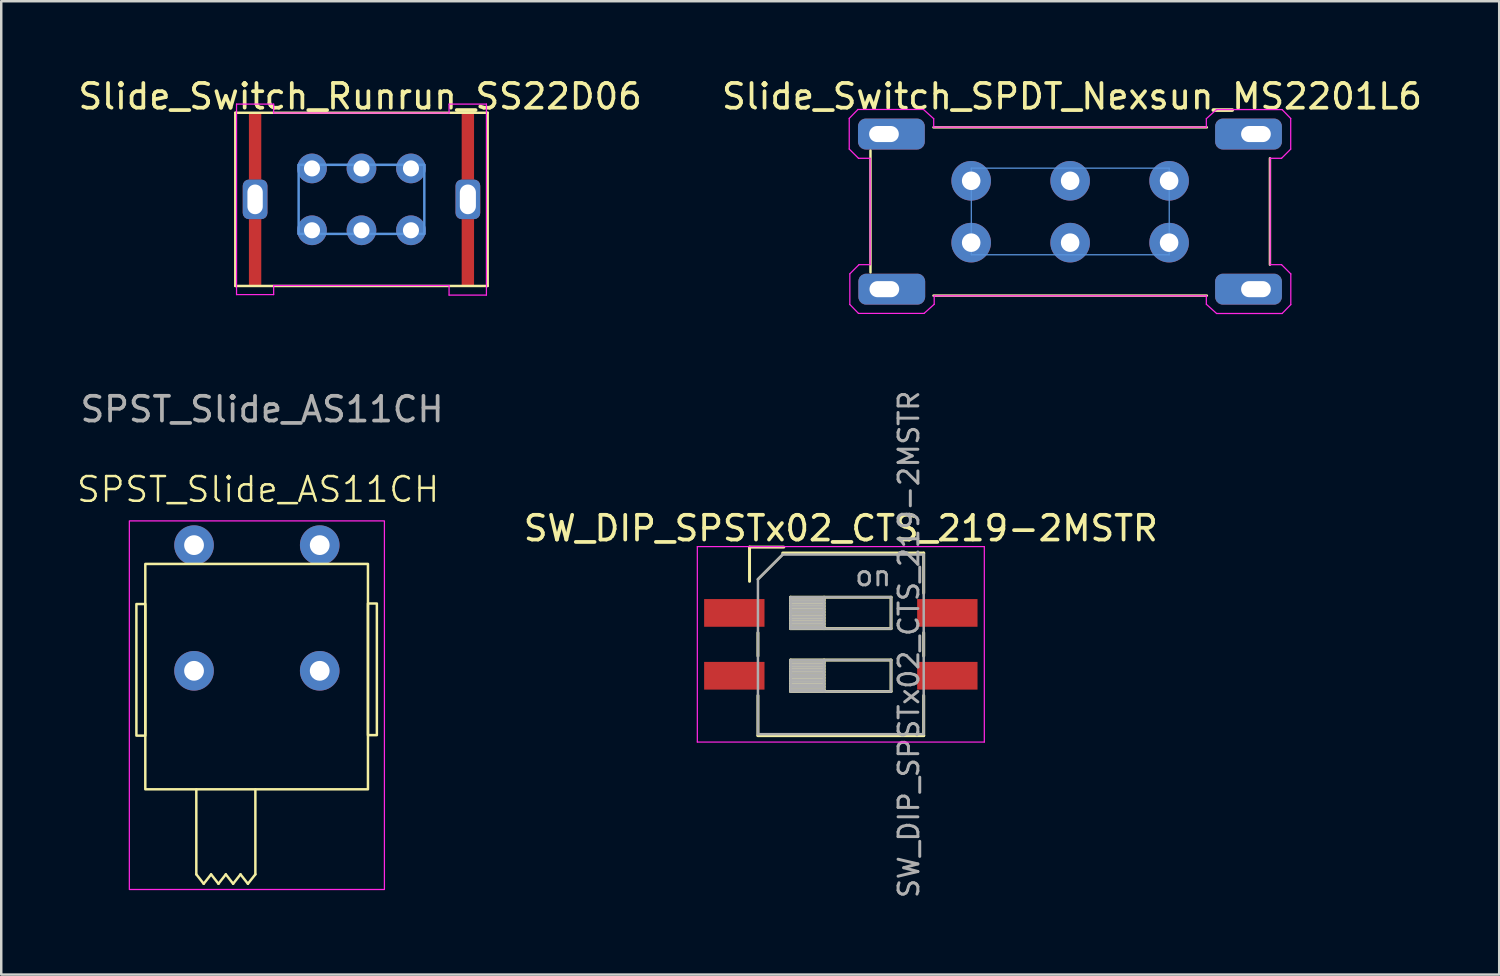
<source format=kicad_pcb>
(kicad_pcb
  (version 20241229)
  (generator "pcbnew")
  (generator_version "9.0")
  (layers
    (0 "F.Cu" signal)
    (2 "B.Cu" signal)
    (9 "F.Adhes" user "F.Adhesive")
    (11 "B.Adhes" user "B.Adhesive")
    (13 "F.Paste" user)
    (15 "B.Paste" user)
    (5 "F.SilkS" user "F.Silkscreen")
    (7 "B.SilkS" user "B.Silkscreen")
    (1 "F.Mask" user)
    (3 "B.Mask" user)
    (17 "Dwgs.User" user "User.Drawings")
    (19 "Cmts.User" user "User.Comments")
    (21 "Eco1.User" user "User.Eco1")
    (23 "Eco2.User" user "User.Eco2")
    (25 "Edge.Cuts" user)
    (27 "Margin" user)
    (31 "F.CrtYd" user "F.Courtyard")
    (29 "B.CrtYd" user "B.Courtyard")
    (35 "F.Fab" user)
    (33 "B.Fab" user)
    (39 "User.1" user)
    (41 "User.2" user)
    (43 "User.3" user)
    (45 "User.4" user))
  (footprint "SW_DIP_SPSTx02_CTS_219-2MSTR"
    (layer "F.Cu")
    (at 30.936 22.994)
    (property "Reference" "SW_DIP_SPSTx02_CTS_219-2MSTR" (at 0 -4.69 0) (layer "F.SilkS") (effects (font (size 1 1) (thickness 0.15))))
    (attr smd)
    (fp_line (start -3.69 -3.93) (end -3.69 -2.547) (stroke (width 0.12) (type solid)) (layer "F.SilkS"))
    (fp_line (start -3.69 -3.93) (end -2.306 -3.93) (stroke (width 0.12) (type solid)) (layer "F.SilkS"))
    (fp_line (start -3.35 -2.63) (end -2.35 -3.63) (stroke (width 0.1) (type solid)) (layer "F.SilkS"))
    (fp_line (start -3.35 -0.47) (end -3.35 0.47) (stroke (width 0.12) (type solid)) (layer "F.SilkS"))
    (fp_line (start -3.35 2.07) (end -3.35 3.69) (stroke (width 0.12) (type solid)) (layer "F.SilkS"))
    (fp_line (start -3.35 3.69) (end 3.35 3.69) (stroke (width 0.12) (type solid)) (layer "F.SilkS"))
    (fp_line (start -2.35 -3.69) (end 3.35 -3.69) (stroke (width 0.12) (type solid)) (layer "F.SilkS"))
    (fp_line (start -2.03 -1.905) (end -2.03 -0.635) (stroke (width 0.12) (type solid)) (layer "F.SilkS"))
    (fp_line (start -2.03 -1.785) (end -0.677 -1.785) (stroke (width 0.12) (type solid)) (layer "F.SilkS"))
    (fp_line (start -2.03 -1.665) (end -0.677 -1.665) (stroke (width 0.12) (type solid)) (layer "F.SilkS"))
    (fp_line (start -2.03 -1.545) (end -0.677 -1.545) (stroke (width 0.12) (type solid)) (layer "F.SilkS"))
    (fp_line (start -2.03 -1.425) (end -0.677 -1.425) (stroke (width 0.12) (type solid)) (layer "F.SilkS"))
    (fp_line (start -2.03 -1.305) (end -0.677 -1.305) (stroke (width 0.12) (type solid)) (layer "F.SilkS"))
    (fp_line (start -2.03 -1.185) (end -0.677 -1.185) (stroke (width 0.12) (type solid)) (layer "F.SilkS"))
    (fp_line (start -2.03 -1.065) (end -0.677 -1.065) (stroke (width 0.12) (type solid)) (layer "F.SilkS"))
    (fp_line (start -2.03 -0.945) (end -0.677 -0.945) (stroke (width 0.12) (type solid)) (layer "F.SilkS"))
    (fp_line (start -2.03 -0.825) (end -0.677 -0.825) (stroke (width 0.12) (type solid)) (layer "F.SilkS"))
    (fp_line (start -2.03 -0.705) (end -0.677 -0.705) (stroke (width 0.12) (type solid)) (layer "F.SilkS"))
    (fp_line (start -2.03 -0.635) (end 2.03 -0.635) (stroke (width 0.12) (type solid)) (layer "F.SilkS"))
    (fp_line (start -2.03 0.635) (end -2.03 1.905) (stroke (width 0.12) (type solid)) (layer "F.SilkS"))
    (fp_line (start -2.03 0.755) (end -0.677 0.755) (stroke (width 0.12) (type solid)) (layer "F.SilkS"))
    (fp_line (start -2.03 0.875) (end -0.677 0.875) (stroke (width 0.12) (type solid)) (layer "F.SilkS"))
    (fp_line (start -2.03 0.995) (end -0.677 0.995) (stroke (width 0.12) (type solid)) (layer "F.SilkS"))
    (fp_line (start -2.03 1.115) (end -0.677 1.115) (stroke (width 0.12) (type solid)) (layer "F.SilkS"))
    (fp_line (start -2.03 1.235) (end -0.677 1.235) (stroke (width 0.12) (type solid)) (layer "F.SilkS"))
    (fp_line (start -2.03 1.355) (end -0.677 1.355) (stroke (width 0.12) (type solid)) (layer "F.SilkS"))
    (fp_line (start -2.03 1.475) (end -0.677 1.475) (stroke (width 0.12) (type solid)) (layer "F.SilkS"))
    (fp_line (start -2.03 1.595) (end -0.677 1.595) (stroke (width 0.12) (type solid)) (layer "F.SilkS"))
    (fp_line (start -2.03 1.715) (end -0.677 1.715) (stroke (width 0.12) (type solid)) (layer "F.SilkS"))
    (fp_line (start -2.03 1.835) (end -0.677 1.835) (stroke (width 0.12) (type solid)) (layer "F.SilkS"))
    (fp_line (start -2.03 1.905) (end 2.03 1.905) (stroke (width 0.12) (type solid)) (layer "F.SilkS"))
    (fp_line (start -0.677 -1.905) (end -0.677 -0.635) (stroke (width 0.12) (type solid)) (layer "F.SilkS"))
    (fp_line (start -0.677 0.635) (end -0.677 1.905) (stroke (width 0.12) (type solid)) (layer "F.SilkS"))
    (fp_line (start 2.03 -1.905) (end -2.03 -1.905) (stroke (width 0.12) (type solid)) (layer "F.SilkS"))
    (fp_line (start 2.03 -0.635) (end 2.03 -1.905) (stroke (width 0.12) (type solid)) (layer "F.SilkS"))
    (fp_line (start 2.03 0.635) (end -2.03 0.635) (stroke (width 0.12) (type solid)) (layer "F.SilkS"))
    (fp_line (start 2.03 1.905) (end 2.03 0.635) (stroke (width 0.12) (type solid)) (layer "F.SilkS"))
    (fp_line (start 3.35 -3.69) (end 3.35 -2.07) (stroke (width 0.12) (type solid)) (layer "F.SilkS"))
    (fp_line (start 3.35 -0.47) (end 3.35 0.47) (stroke (width 0.12) (type solid)) (layer "F.SilkS"))
    (fp_line (start 3.35 2.07) (end 3.35 3.69) (stroke (width 0.12) (type solid)) (layer "F.SilkS"))
    (fp_line (start -5.8 -3.95) (end -5.8 3.95) (stroke (width 0.05) (type solid)) (layer "F.CrtYd"))
    (fp_line (start -5.8 3.95) (end 5.8 3.95) (stroke (width 0.05) (type solid)) (layer "F.CrtYd"))
    (fp_line (start 5.8 -3.95) (end -5.8 -3.95) (stroke (width 0.05) (type solid)) (layer "F.CrtYd"))
    (fp_line (start 5.8 3.95) (end 5.8 -3.95) (stroke (width 0.05) (type solid)) (layer "F.CrtYd"))
    (fp_line (start -3.35 -2.63) (end -2.35 -3.63) (stroke (width 0.1) (type solid)) (layer "F.Fab"))
    (fp_line (start -3.35 3.63) (end -3.35 -2.63) (stroke (width 0.1) (type solid)) (layer "F.Fab"))
    (fp_line (start -2.35 -3.63) (end 3.35 -3.63) (stroke (width 0.1) (type solid)) (layer "F.Fab"))
    (fp_line (start -2.03 -1.905) (end -2.03 -0.635) (stroke (width 0.1) (type solid)) (layer "F.Fab"))
    (fp_line (start -2.03 -1.805) (end -0.677 -1.805) (stroke (width 0.1) (type solid)) (layer "F.Fab"))
    (fp_line (start -2.03 -1.705) (end -0.677 -1.705) (stroke (width 0.1) (type solid)) (layer "F.Fab"))
    (fp_line (start -2.03 -1.605) (end -0.677 -1.605) (stroke (width 0.1) (type solid)) (layer "F.Fab"))
    (fp_line (start -2.03 -1.505) (end -0.677 -1.505) (stroke (width 0.1) (type solid)) (layer "F.Fab"))
    (fp_line (start -2.03 -1.405) (end -0.677 -1.405) (stroke (width 0.1) (type solid)) (layer "F.Fab"))
    (fp_line (start -2.03 -1.305) (end -0.677 -1.305) (stroke (width 0.1) (type solid)) (layer "F.Fab"))
    (fp_line (start -2.03 -1.205) (end -0.677 -1.205) (stroke (width 0.1) (type solid)) (layer "F.Fab"))
    (fp_line (start -2.03 -1.105) (end -0.677 -1.105) (stroke (width 0.1) (type solid)) (layer "F.Fab"))
    (fp_line (start -2.03 -1.005) (end -0.677 -1.005) (stroke (width 0.1) (type solid)) (layer "F.Fab"))
    (fp_line (start -2.03 -0.905) (end -0.677 -0.905) (stroke (width 0.1) (type solid)) (layer "F.Fab"))
    (fp_line (start -2.03 -0.805) (end -0.677 -0.805) (stroke (width 0.1) (type solid)) (layer "F.Fab"))
    (fp_line (start -2.03 -0.705) (end -0.677 -0.705) (stroke (width 0.1) (type solid)) (layer "F.Fab"))
    (fp_line (start -2.03 -0.635) (end 2.03 -0.635) (stroke (width 0.1) (type solid)) (layer "F.Fab"))
    (fp_line (start -2.03 0.635) (end -2.03 1.905) (stroke (width 0.1) (type solid)) (layer "F.Fab"))
    (fp_line (start -2.03 0.735) (end -0.677 0.735) (stroke (width 0.1) (type solid)) (layer "F.Fab"))
    (fp_line (start -2.03 0.835) (end -0.677 0.835) (stroke (width 0.1) (type solid)) (layer "F.Fab"))
    (fp_line (start -2.03 0.935) (end -0.677 0.935) (stroke (width 0.1) (type solid)) (layer "F.Fab"))
    (fp_line (start -2.03 1.035) (end -0.677 1.035) (stroke (width 0.1) (type solid)) (layer "F.Fab"))
    (fp_line (start -2.03 1.135) (end -0.677 1.135) (stroke (width 0.1) (type solid)) (layer "F.Fab"))
    (fp_line (start -2.03 1.235) (end -0.677 1.235) (stroke (width 0.1) (type solid)) (layer "F.Fab"))
    (fp_line (start -2.03 1.335) (end -0.677 1.335) (stroke (width 0.1) (type solid)) (layer "F.Fab"))
    (fp_line (start -2.03 1.435) (end -0.677 1.435) (stroke (width 0.1) (type solid)) (layer "F.Fab"))
    (fp_line (start -2.03 1.535) (end -0.677 1.535) (stroke (width 0.1) (type solid)) (layer "F.Fab"))
    (fp_line (start -2.03 1.635) (end -0.677 1.635) (stroke (width 0.1) (type solid)) (layer "F.Fab"))
    (fp_line (start -2.03 1.735) (end -0.677 1.735) (stroke (width 0.1) (type solid)) (layer "F.Fab"))
    (fp_line (start -2.03 1.835) (end -0.677 1.835) (stroke (width 0.1) (type solid)) (layer "F.Fab"))
    (fp_line (start -2.03 1.905) (end 2.03 1.905) (stroke (width 0.1) (type solid)) (layer "F.Fab"))
    (fp_line (start -0.677 -1.905) (end -0.677 -0.635) (stroke (width 0.1) (type solid)) (layer "F.Fab"))
    (fp_line (start -0.677 0.635) (end -0.677 1.905) (stroke (width 0.1) (type solid)) (layer "F.Fab"))
    (fp_line (start 2.03 -1.905) (end -2.03 -1.905) (stroke (width 0.1) (type solid)) (layer "F.Fab"))
    (fp_line (start 2.03 -0.635) (end 2.03 -1.905) (stroke (width 0.1) (type solid)) (layer "F.Fab"))
    (fp_line (start 2.03 0.635) (end -2.03 0.635) (stroke (width 0.1) (type solid)) (layer "F.Fab"))
    (fp_line (start 2.03 1.905) (end 2.03 0.635) (stroke (width 0.1) (type solid)) (layer "F.Fab"))
    (fp_line (start 3.35 -3.63) (end 3.35 3.63) (stroke (width 0.1) (type solid)) (layer "F.Fab"))
    (fp_line (start 3.35 3.63) (end -3.35 3.63) (stroke (width 0.1) (type solid)) (layer "F.Fab"))
    (fp_text user "on" (at 1.308 -2.768 0) (layer "F.Fab") (effects (font (size 0.8 0.8) (thickness 0.12))))
    (fp_text user "${REFERENCE}" (at 2.75 0 90) (layer "F.Fab") (effects (font (size 0.8 0.8) (thickness 0.12))))
    (pad "1" smd rect (at -4.305 -1.27) (size 2.44 1.12) (layers "F.Cu" "F.Mask" "F.Paste"))
    (pad "2" smd rect (at -4.305 1.27) (size 2.44 1.12) (layers "F.Cu" "F.Mask" "F.Paste"))
    (pad "3" smd rect (at 4.305 1.27) (size 2.44 1.12) (layers "F.Cu" "F.Mask" "F.Paste"))
    (pad "4" smd rect (at 4.305 -1.27) (size 2.44 1.12) (layers "F.Cu" "F.Mask" "F.Paste")))
  (footprint "Slide_Switch_SPDT_Nexsun_MS2201L6"
    (layer "F.Cu")
    (at 40.21 5.498)
    (property "Reference" "Slide_Switch_SPDT_Nexsun_MS2201L6" (at 0.07 -4.65 0) (layer "F.SilkS") (effects (font (size 1 1) (thickness 0.15))))
    (attr through_hole)
    (fp_line (start -8.075 -2.46) (end -8.075 2.46) (stroke (width 0.1) (type solid)) (layer "F.SilkS"))
    (fp_line (start -5.53 3.4) (end 5.52 3.4) (stroke (width 0.1) (type solid)) (layer "F.SilkS"))
    (fp_line (start 5.52 -3.4) (end -5.53 -3.4) (stroke (width 0.1) (type solid)) (layer "F.SilkS"))
    (fp_line (start 8.07 2.15) (end 8.07 -2.15) (stroke (width 0.1) (type solid)) (layer "F.SilkS"))
    (fp_line (start -4 -1.75) (end 4 -1.75) (stroke (width 0.05) (type solid)) (layer "Cmts.User"))
    (fp_line (start -4 1.75) (end -4 -1.75) (stroke (width 0.05) (type solid)) (layer "Cmts.User"))
    (fp_line (start -4 1.75) (end 4 1.75) (stroke (width 0.05) (type solid)) (layer "Cmts.User"))
    (fp_line (start 4 1.75) (end 4 -1.75) (stroke (width 0.05) (type solid)) (layer "Cmts.User"))
    (fp_line (start -8.934 -3.763) (end -8.584 -4.123) (stroke (width 0.05) (type solid)) (layer "F.CrtYd"))
    (fp_line (start -8.934 -2.523) (end -8.934 -3.763) (stroke (width 0.05) (type solid)) (layer "F.CrtYd"))
    (fp_line (start -8.91 2.52) (end -8.91 3.76) (stroke (width 0.05) (type solid)) (layer "F.CrtYd"))
    (fp_line (start -8.91 3.76) (end -8.56 4.12) (stroke (width 0.05) (type solid)) (layer "F.CrtYd"))
    (fp_line (start -8.584 -4.123) (end -5.934 -4.123) (stroke (width 0.05) (type solid)) (layer "F.CrtYd"))
    (fp_line (start -8.56 -2.15) (end -8.934 -2.523) (stroke (width 0.05) (type solid)) (layer "F.CrtYd"))
    (fp_line (start -8.56 4.12) (end -5.91 4.12) (stroke (width 0.05) (type solid)) (layer "F.CrtYd"))
    (fp_line (start -8.54 2.15) (end -8.91 2.52) (stroke (width 0.05) (type solid)) (layer "F.CrtYd"))
    (fp_line (start -8.09 -2.15) (end -8.56 -2.15) (stroke (width 0.05) (type solid)) (layer "F.CrtYd"))
    (fp_line (start -8.09 -2.15) (end -8.09 2.15) (stroke (width 0.05) (type solid)) (layer "F.CrtYd"))
    (fp_line (start -8.09 2.15) (end -8.54 2.15) (stroke (width 0.05) (type solid)) (layer "F.CrtYd"))
    (fp_line (start -5.934 -4.123) (end -5.52 -3.75) (stroke (width 0.05) (type solid)) (layer "F.CrtYd"))
    (fp_line (start -5.91 4.12) (end -5.5 3.75) (stroke (width 0.05) (type solid)) (layer "F.CrtYd"))
    (fp_line (start -5.52 -3.75) (end -5.52 -3.41) (stroke (width 0.05) (type solid)) (layer "F.CrtYd"))
    (fp_line (start -5.5 3.41) (end 5.5 3.41) (stroke (width 0.05) (type solid)) (layer "F.CrtYd"))
    (fp_line (start -5.5 3.75) (end -5.5 3.41) (stroke (width 0.05) (type solid)) (layer "F.CrtYd"))
    (fp_line (start 5.49 -3.41) (end -5.52 -3.41) (stroke (width 0.05) (type solid)) (layer "F.CrtYd"))
    (fp_line (start 5.5 -3.75) (end 5.5 -3.41) (stroke (width 0.05) (type solid)) (layer "F.CrtYd"))
    (fp_line (start 5.5 3.75) (end 5.5 3.41) (stroke (width 0.05) (type solid)) (layer "F.CrtYd"))
    (fp_line (start 5.91 -4.12) (end 5.5 -3.75) (stroke (width 0.05) (type solid)) (layer "F.CrtYd"))
    (fp_line (start 5.914 4.123) (end 5.5 3.75) (stroke (width 0.05) (type solid)) (layer "F.CrtYd"))
    (fp_line (start 8.08 -2.15) (end 8.54 -2.15) (stroke (width 0.05) (type solid)) (layer "F.CrtYd"))
    (fp_line (start 8.08 2.15) (end 8.08 -2.15) (stroke (width 0.05) (type solid)) (layer "F.CrtYd"))
    (fp_line (start 8.08 2.15) (end 8.54 2.15) (stroke (width 0.05) (type solid)) (layer "F.CrtYd"))
    (fp_line (start 8.54 -2.15) (end 8.91 -2.52) (stroke (width 0.05) (type solid)) (layer "F.CrtYd"))
    (fp_line (start 8.54 2.15) (end 8.914 2.523) (stroke (width 0.05) (type solid)) (layer "F.CrtYd"))
    (fp_line (start 8.56 -4.12) (end 5.91 -4.12) (stroke (width 0.05) (type solid)) (layer "F.CrtYd"))
    (fp_line (start 8.564 4.123) (end 5.914 4.123) (stroke (width 0.05) (type solid)) (layer "F.CrtYd"))
    (fp_line (start 8.91 -3.76) (end 8.56 -4.12) (stroke (width 0.05) (type solid)) (layer "F.CrtYd"))
    (fp_line (start 8.91 -2.52) (end 8.91 -3.76) (stroke (width 0.05) (type solid)) (layer "F.CrtYd"))
    (fp_line (start 8.914 2.523) (end 8.914 3.763) (stroke (width 0.05) (type solid)) (layer "F.CrtYd"))
    (fp_line (start 8.914 3.763) (end 8.564 4.123) (stroke (width 0.05) (type solid)) (layer "F.CrtYd"))
    (pad "1" thru_hole circle (at -4.005 -1.24) (size 1.6 1.6) (drill 0.75) (layers "*.Cu" "*.Mask"))
    (pad "2" thru_hole circle (at -0.005 -1.24) (size 1.6 1.6) (drill 0.75) (layers "*.Cu" "*.Mask"))
    (pad "3" thru_hole circle (at 3.995 -1.24) (size 1.6 1.6) (drill 0.75) (layers "*.Cu" "*.Mask"))
    (pad "4" thru_hole circle (at -4.005 1.26) (size 1.6 1.6) (drill 0.75) (layers "*.Cu" "*.Mask"))
    (pad "5" thru_hole circle (at -0.005 1.26) (size 1.6 1.6) (drill 0.75) (layers "*.Cu" "*.Mask"))
    (pad "6" thru_hole circle (at 3.995 1.26) (size 1.6 1.6) (drill 0.75) (layers "*.Cu" "*.Mask"))
    (pad "GND" thru_hole roundrect (at -7.53 -3.13) (size 2.7 1.25) (drill oval 1.2 0.65 (offset 0.3 0)) (layers "*.Cu" "*.Mask") (roundrect_rratio 0.25))
    (pad "GND" thru_hole roundrect (at -7.515 3.14) (size 2.7 1.25) (drill oval 1.2 0.65 (offset 0.3 0)) (layers "*.Cu" "*.Mask") (roundrect_rratio 0.25))
    (pad "GND" thru_hole roundrect (at 7.505 -3.13) (size 2.7 1.25) (drill oval 1.2 0.65 (offset -0.3 0)) (layers "*.Cu" "*.Mask") (roundrect_rratio 0.25))
    (pad "GND" thru_hole roundrect (at 7.505 3.14) (size 2.7 1.25) (drill oval 1.2 0.65 (offset -0.3 0)) (layers "*.Cu" "*.Mask") (roundrect_rratio 0.25)))
  (footprint "Slide_Switch_Runrun_SS22D06"
    (layer "F.Cu")
    (at 11.561 5.008)
    (property "Reference" "Slide_Switch_Runrun_SS22D06" (at -0.055 -4.16 0) (layer "F.SilkS") (effects (font (size 1 1) (thickness 0.15))))
    (attr through_hole)
    (fp_line (start -5.1 -3.5) (end -5.1 3.5) (stroke (width 0.1) (type solid)) (layer "F.SilkS"))
    (fp_line (start -5.1 -3.5) (end 5.1 -3.5) (stroke (width 0.1) (type solid)) (layer "F.SilkS"))
    (fp_line (start 5.1 3.5) (end -5.1 3.5) (stroke (width 0.1) (type solid)) (layer "F.SilkS"))
    (fp_line (start 5.1 3.5) (end 5.1 -3.5) (stroke (width 0.1) (type solid)) (layer "F.SilkS"))
    (fp_line (start -2.54 -1.397) (end -2.54 1.397) (stroke (width 0.1) (type solid)) (layer "Cmts.User"))
    (fp_line (start -2.54 1.397) (end 2.54 1.397) (stroke (width 0.1) (type solid)) (layer "Cmts.User"))
    (fp_line (start 2.54 -1.397) (end -2.54 -1.397) (stroke (width 0.1) (type solid)) (layer "Cmts.User"))
    (fp_line (start 2.54 1.397) (end 2.54 -1.397) (stroke (width 0.1) (type solid)) (layer "Cmts.User"))
    (fp_line (start -5.05 -3.85) (end -3.55 -3.85) (stroke (width 0.05) (type solid)) (layer "F.CrtYd"))
    (fp_line (start -5.05 3.85) (end -5.05 -3.85) (stroke (width 0.05) (type solid)) (layer "F.CrtYd"))
    (fp_line (start -3.55 -3.85) (end -3.55 -3.49) (stroke (width 0.05) (type solid)) (layer "F.CrtYd"))
    (fp_line (start -3.55 -3.49) (end 3.54 -3.49) (stroke (width 0.05) (type solid)) (layer "F.CrtYd"))
    (fp_line (start -3.55 3.85) (end -5.05 3.85) (stroke (width 0.05) (type solid)) (layer "F.CrtYd"))
    (fp_line (start -3.55 3.85) (end -3.55 3.48) (stroke (width 0.05) (type solid)) (layer "F.CrtYd"))
    (fp_line (start 3.54 -3.85) (end 5.05 -3.85) (stroke (width 0.05) (type solid)) (layer "F.CrtYd"))
    (fp_line (start 3.54 -3.49) (end 3.54 -3.85) (stroke (width 0.05) (type solid)) (layer "F.CrtYd"))
    (fp_line (start 3.54 3.48) (end -3.55 3.48) (stroke (width 0.05) (type solid)) (layer "F.CrtYd"))
    (fp_line (start 3.54 3.87) (end 3.54 3.48) (stroke (width 0.05) (type solid)) (layer "F.CrtYd"))
    (fp_line (start 5.05 -3.85) (end 5.05 3.87) (stroke (width 0.05) (type solid)) (layer "F.CrtYd"))
    (fp_line (start 5.05 3.87) (end 3.54 3.87) (stroke (width 0.05) (type solid)) (layer "F.CrtYd"))
    (pad "1" thru_hole circle (at -2 1.25) (size 1.2 1.2) (drill 0.65) (layers "*.Cu" "*.Mask"))
    (pad "2" thru_hole circle (at 0 1.25) (size 1.2 1.2) (drill 0.65) (layers "*.Cu" "*.Mask"))
    (pad "3" thru_hole circle (at 2 1.25) (size 1.2 1.2) (drill 0.65) (layers "*.Cu" "*.Mask"))
    (pad "4" thru_hole circle (at -2 -1.25) (size 1.2 1.2) (drill 0.65) (layers "*.Cu" "*.Mask"))
    (pad "5" thru_hole circle (at 0 -1.25) (size 1.2 1.2) (drill 0.65) (layers "*.Cu" "*.Mask"))
    (pad "6" thru_hole circle (at 2 -1.25) (size 1.2 1.2) (drill 0.65) (layers "*.Cu" "*.Mask"))
    (pad "7" connect rect (at -4.3 -2.15 90) (size 2.7 0.5) (layers "F.Cu" "F.Mask"))
    (pad "7" thru_hole roundrect (at -4.3 0 90) (size 1.6 1) (drill oval 1.2 0.62) (layers "*.Cu" "*.Mask") (roundrect_rratio 0.25))
    (pad "7" connect rect (at -4.3 2.15 90) (size 2.7 0.5) (layers "F.Cu" "F.Mask"))
    (pad "8" connect rect (at 4.3 -2.15 90) (size 2.7 0.5) (layers "F.Cu" "F.Mask"))
    (pad "8" thru_hole roundrect (at 4.3 0 90) (size 1.6 1) (drill oval 1.2 0.65) (layers "*.Cu" "*.Mask") (roundrect_rratio 0.25))
    (pad "8" connect rect (at 4.3 2.15 90) (size 2.7 0.5) (layers "F.Cu" "F.Mask")))
  (footprint "SPST_Slide_AS11CH"
    (layer "F.Cu")
    (at 7.333 18.984)
    (property "Reference" "SPST_Slide_AS11CH" (at 0.05 -2.25 0) (unlocked yes) (layer "F.SilkS") (effects (font (size 1 1) (thickness 0.1))))
    (attr through_hole)
    (fp_line (start -2.448 9.878) (end -2.448 13.307) (stroke (width 0.1) (type default)) (layer "F.SilkS"))
    (fp_line (start -2.448 13.307) (end -2.15 13.688) (stroke (width 0.1) (type default)) (layer "F.SilkS"))
    (fp_line (start -2.15 13.688) (end -1.851 13.307) (stroke (width 0.1) (type default)) (layer "F.SilkS"))
    (fp_line (start -1.851 13.307) (end -1.553 13.688) (stroke (width 0.1) (type default)) (layer "F.SilkS"))
    (fp_line (start -1.553 13.688) (end -1.255 13.307) (stroke (width 0.1) (type default)) (layer "F.SilkS"))
    (fp_line (start -1.255 13.307) (end -0.96 13.688) (stroke (width 0.1) (type default)) (layer "F.SilkS"))
    (fp_line (start -0.96 13.688) (end -0.662 13.307) (stroke (width 0.1) (type default)) (layer "F.SilkS"))
    (fp_line (start -0.662 13.307) (end -0.363 13.688) (stroke (width 0.1) (type default)) (layer "F.SilkS"))
    (fp_line (start -0.363 13.688) (end -0.061 13.307) (stroke (width 0.1) (type default)) (layer "F.SilkS"))
    (fp_line (start -0.061 13.307) (end -0.061 9.878) (stroke (width 0.1) (type default)) (layer "F.SilkS"))
    (fp_rect (start -4.87 2.38) (end -4.51 7.7) (stroke (width 0.1) (type default)) (fill no) (layer "F.SilkS"))
    (fp_rect (start -4.51 0.76) (end 4.49 9.87) (stroke (width 0.1) (type default)) (fill no) (layer "F.SilkS"))
    (fp_rect (start 4.49 2.36) (end 4.85 7.68) (stroke (width 0.1) (type default)) (fill no) (layer "F.SilkS"))
    (fp_rect (start -5.155 -0.98) (end 5.155 13.92) (stroke (width 0.05) (type solid)) (fill no) (layer "F.CrtYd"))
    (fp_text user "${REFERENCE}" (at 0.21 -5.49 0) (unlocked yes) (layer "F.Fab") (effects (font (size 1 1) (thickness 0.15))))
    (pad "1" thru_hole circle (at -2.54 0) (size 1.6 1.6) (drill 0.8) (layers "*.Cu" "*.Mask"))
    (pad "2" thru_hole circle (at 2.54 0) (size 1.6 1.6) (drill 0.8) (layers "*.Cu" "*.Mask"))
    (pad "3" thru_hole circle (at -2.54 5.08) (size 1.6 1.6) (drill 0.8) (layers "*.Cu" "*.Mask"))
    (pad "3" thru_hole circle (at 2.54 5.08) (size 1.6 1.6) (drill 0.8) (layers "*.Cu" "*.Mask")))
  (gr_rect
    (start -3 -3)
    (end 57.548 36.341)
    (stroke (width 0.1) (type default))
    (fill no)
    (layer "Edge.Cuts")))
</source>
